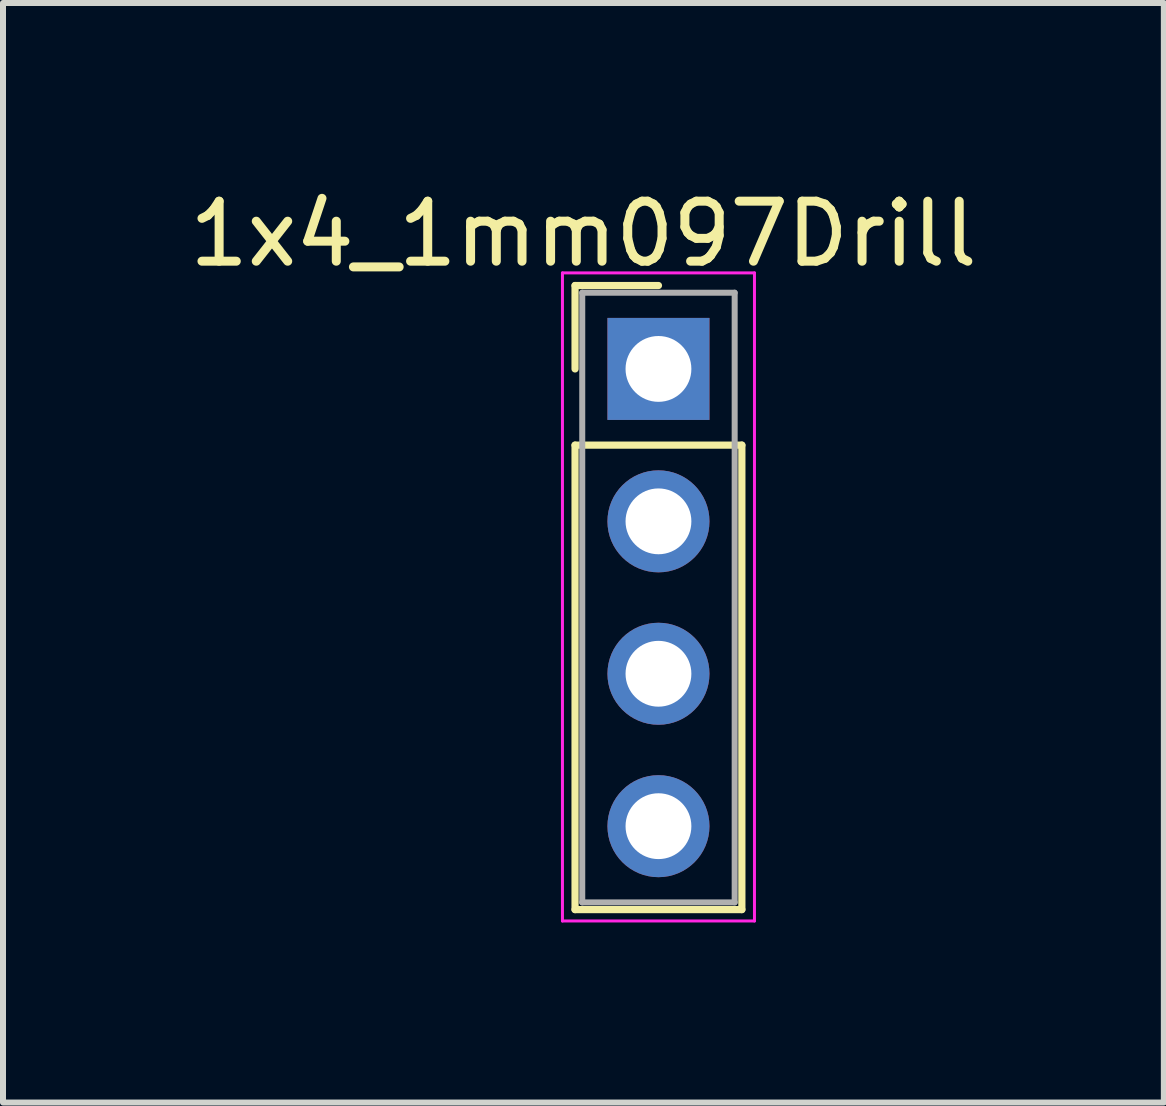
<source format=kicad_pcb>
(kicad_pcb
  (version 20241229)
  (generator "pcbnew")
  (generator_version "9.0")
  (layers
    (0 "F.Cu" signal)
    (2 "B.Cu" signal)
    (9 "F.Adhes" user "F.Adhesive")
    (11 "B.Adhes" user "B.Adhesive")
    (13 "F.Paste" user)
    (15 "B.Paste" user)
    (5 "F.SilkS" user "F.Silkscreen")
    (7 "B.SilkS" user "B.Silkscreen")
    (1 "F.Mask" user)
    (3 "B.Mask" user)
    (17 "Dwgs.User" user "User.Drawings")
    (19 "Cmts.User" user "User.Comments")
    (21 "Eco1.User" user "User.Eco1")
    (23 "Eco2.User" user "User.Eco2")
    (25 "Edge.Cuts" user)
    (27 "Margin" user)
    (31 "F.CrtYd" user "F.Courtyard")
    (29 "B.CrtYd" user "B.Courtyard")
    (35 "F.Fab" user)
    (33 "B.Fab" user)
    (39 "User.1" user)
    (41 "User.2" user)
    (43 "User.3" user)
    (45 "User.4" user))
  (footprint "1x4_1mm097Drill"
    (layer "F.Cu")
    (at 7.923 3.098)
    (property "Reference" "1x4_1mm097Drill" (at -1.25 -2.25 0) (layer "F.SilkS") (effects (font (size 1 1) (thickness 0.15))))
    (attr through_hole)
    (fp_line (start -1.39 -1.39) (end 0 -1.39) (stroke (width 0.12) (type solid)) (layer "F.SilkS"))
    (fp_line (start -1.39 0) (end -1.39 -1.39) (stroke (width 0.12) (type solid)) (layer "F.SilkS"))
    (fp_line (start -1.39 1.27) (end -1.39 9.01) (stroke (width 0.12) (type solid)) (layer "F.SilkS"))
    (fp_line (start -1.39 9.01) (end 1.39 9.01) (stroke (width 0.12) (type solid)) (layer "F.SilkS"))
    (fp_line (start 1.39 1.27) (end -1.39 1.27) (stroke (width 0.12) (type solid)) (layer "F.SilkS"))
    (fp_line (start 1.39 9.01) (end 1.39 1.27) (stroke (width 0.12) (type solid)) (layer "F.SilkS"))
    (fp_line (start -1.6 -1.6) (end -1.6 9.2) (stroke (width 0.05) (type solid)) (layer "F.CrtYd"))
    (fp_line (start -1.6 9.2) (end 1.6 9.2) (stroke (width 0.05) (type solid)) (layer "F.CrtYd"))
    (fp_line (start 1.6 -1.6) (end -1.6 -1.6) (stroke (width 0.05) (type solid)) (layer "F.CrtYd"))
    (fp_line (start 1.6 9.2) (end 1.6 -1.6) (stroke (width 0.05) (type solid)) (layer "F.CrtYd"))
    (fp_line (start -1.27 -1.27) (end -1.27 8.89) (stroke (width 0.1) (type solid)) (layer "F.Fab"))
    (fp_line (start -1.27 8.89) (end 1.27 8.89) (stroke (width 0.1) (type solid)) (layer "F.Fab"))
    (fp_line (start 1.27 -1.27) (end -1.27 -1.27) (stroke (width 0.1) (type solid)) (layer "F.Fab"))
    (fp_line (start 1.27 8.89) (end 1.27 -1.27) (stroke (width 0.1) (type solid)) (layer "F.Fab"))
    (pad "1" thru_hole rect (at 0 0) (size 1.7 1.7) (drill 1.097) (layers "*.Cu" "*.Mask"))
    (pad "2" thru_hole oval (at 0 2.54) (size 1.7 1.7) (drill 1.097) (layers "*.Cu" "*.Mask"))
    (pad "3" thru_hole oval (at 0 5.08) (size 1.7 1.7) (drill 1.097) (layers "*.Cu" "*.Mask"))
    (pad "4" thru_hole oval (at 0 7.62) (size 1.7 1.7) (drill 1.097) (layers "*.Cu" "*.Mask")))
  (gr_rect
    (start -3 -3)
    (end 16.345 15.323)
    (stroke (width 0.1) (type default))
    (fill no)
    (layer "Edge.Cuts")))
</source>
